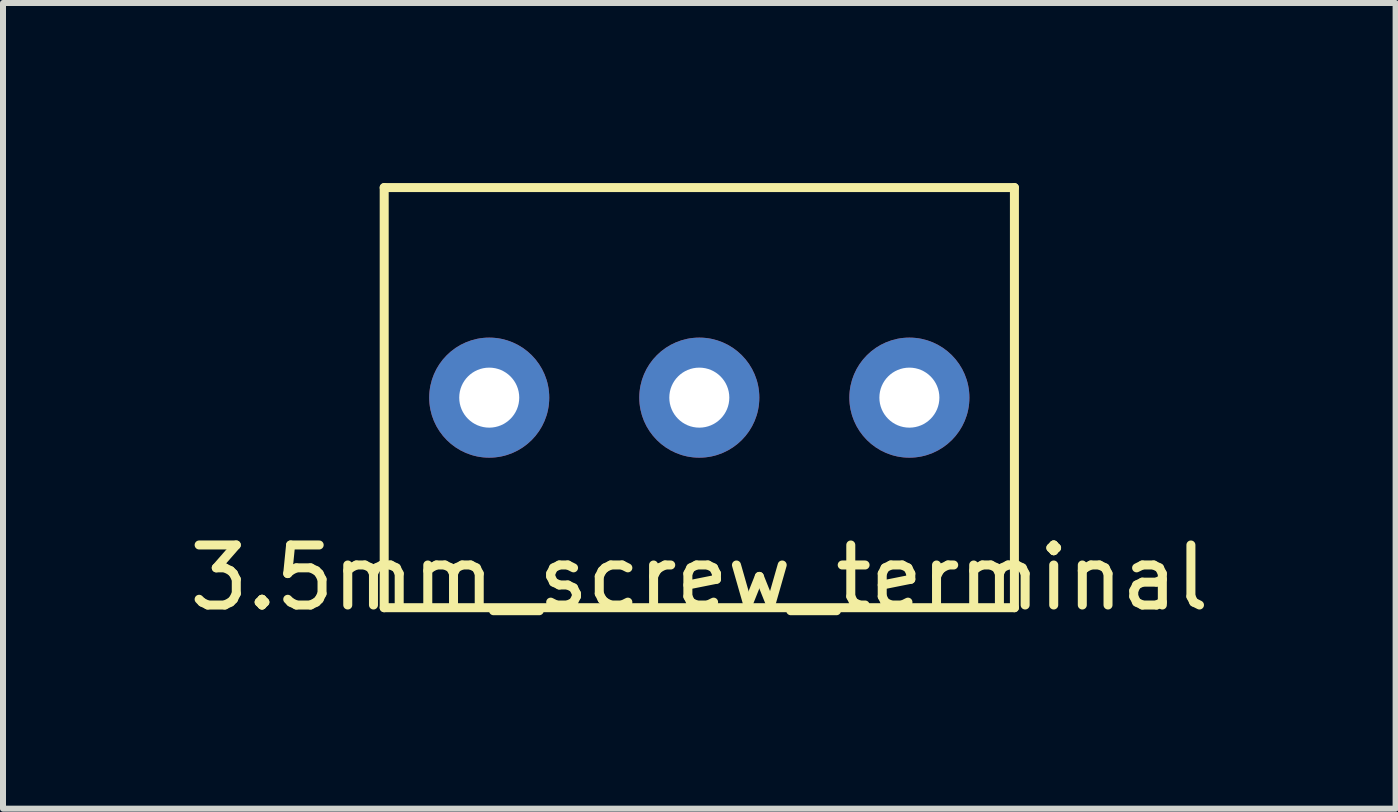
<source format=kicad_pcb>
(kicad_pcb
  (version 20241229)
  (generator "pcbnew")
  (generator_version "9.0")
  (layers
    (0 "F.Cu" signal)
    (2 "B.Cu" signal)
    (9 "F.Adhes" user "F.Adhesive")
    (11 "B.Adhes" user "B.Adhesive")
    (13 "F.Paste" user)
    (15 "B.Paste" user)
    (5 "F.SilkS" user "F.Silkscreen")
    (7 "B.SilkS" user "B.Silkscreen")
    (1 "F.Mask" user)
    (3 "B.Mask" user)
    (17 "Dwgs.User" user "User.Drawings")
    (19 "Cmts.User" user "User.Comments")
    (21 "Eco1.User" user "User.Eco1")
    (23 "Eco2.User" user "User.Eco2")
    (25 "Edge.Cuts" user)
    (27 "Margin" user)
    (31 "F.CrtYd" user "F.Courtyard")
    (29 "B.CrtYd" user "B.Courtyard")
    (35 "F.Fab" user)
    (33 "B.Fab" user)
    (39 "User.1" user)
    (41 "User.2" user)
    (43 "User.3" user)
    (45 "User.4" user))
  (footprint "3.5mm_screw_terminal"
    (layer "F.Cu")
    (at 8.601 3.575)
    (property "Reference" "3.5mm_screw_terminal" (at 0 3 0) (layer "F.SilkS") (effects (font (size 1 1) (thickness 0.15))))
    (attr through_hole)
    (fp_line (start -5.25 -3.5) (end -5.25 3.5) (stroke (width 0.15) (type solid)) (layer "F.SilkS"))
    (fp_line (start -5.25 3.5) (end 5.25 3.5) (stroke (width 0.15) (type solid)) (layer "F.SilkS"))
    (fp_line (start 5.25 -3.5) (end -5.25 -3.5) (stroke (width 0.15) (type solid)) (layer "F.SilkS"))
    (fp_line (start 5.25 3.5) (end 5.25 -3.5) (stroke (width 0.15) (type solid)) (layer "F.SilkS"))
    (pad "1" thru_hole circle (at -3.5 0) (size 2 2) (drill 1) (layers "*.Cu" "*.Mask"))
    (pad "2" thru_hole circle (at 0 0) (size 2 2) (drill 1) (layers "*.Cu" "*.Mask"))
    (pad "3" thru_hole circle (at 3.5 0) (size 2 2) (drill 1) (layers "*.Cu" "*.Mask")))
  (gr_rect
    (start -3 -3)
    (end 20.202 10.423)
    (stroke (width 0.1) (type default))
    (fill no)
    (layer "Edge.Cuts")))
</source>
